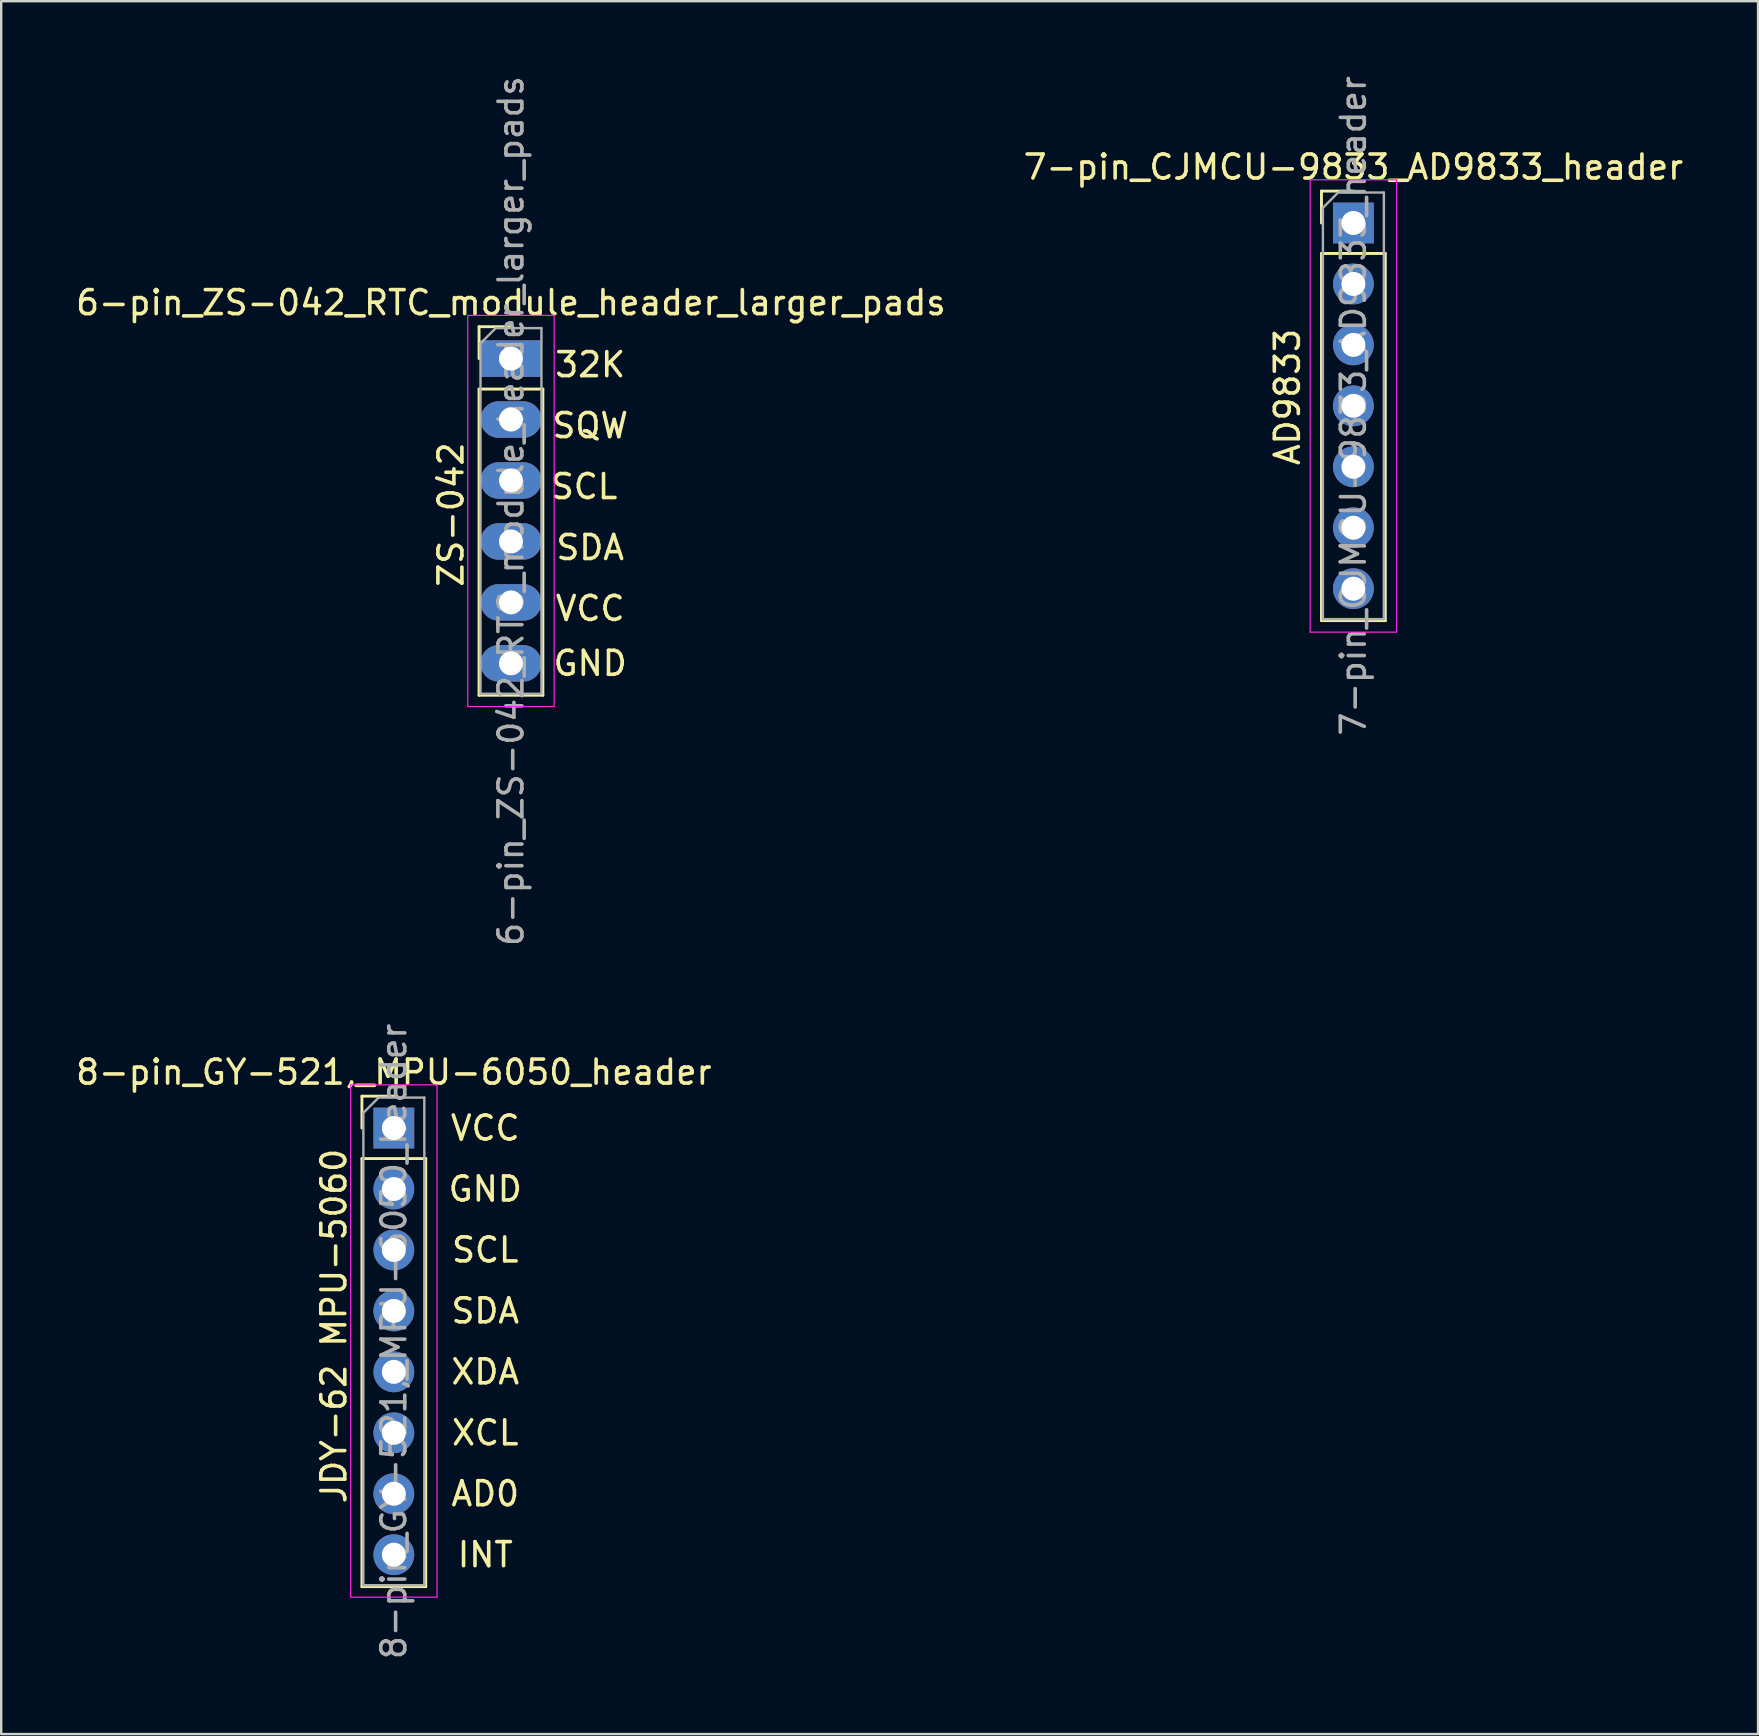
<source format=kicad_pcb>
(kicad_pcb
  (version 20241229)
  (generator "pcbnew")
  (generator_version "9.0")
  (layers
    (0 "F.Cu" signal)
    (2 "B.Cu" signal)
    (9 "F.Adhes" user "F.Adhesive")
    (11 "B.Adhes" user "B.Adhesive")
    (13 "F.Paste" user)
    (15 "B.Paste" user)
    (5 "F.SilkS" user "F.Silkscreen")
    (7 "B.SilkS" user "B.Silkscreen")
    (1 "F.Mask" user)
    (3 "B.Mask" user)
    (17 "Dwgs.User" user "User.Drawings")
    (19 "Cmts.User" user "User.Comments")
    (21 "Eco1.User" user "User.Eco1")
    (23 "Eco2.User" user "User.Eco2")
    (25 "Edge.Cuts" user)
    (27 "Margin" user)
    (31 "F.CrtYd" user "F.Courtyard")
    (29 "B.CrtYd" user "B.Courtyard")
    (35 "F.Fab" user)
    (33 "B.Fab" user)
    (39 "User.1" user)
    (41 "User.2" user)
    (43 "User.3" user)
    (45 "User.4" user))
  (footprint "6-pin_ZS-042_RTC_module_header_larger_pads"
    (layer "F.Cu")
    (at 18.244 11.894)
    (property "Reference" "6-pin_ZS-042_RTC_module_header_larger_pads" (at 0 -2.33 0) (layer "F.SilkS") (effects (font (size 1 1) (thickness 0.15))))
    (attr through_hole)
    (fp_line (start -1.33 -1.33) (end 0 -1.33) (stroke (width 0.12) (type solid)) (layer "F.SilkS"))
    (fp_line (start -1.33 0) (end -1.33 -1.33) (stroke (width 0.12) (type solid)) (layer "F.SilkS"))
    (fp_line (start -1.33 1.27) (end -1.33 14.03) (stroke (width 0.12) (type solid)) (layer "F.SilkS"))
    (fp_line (start -1.33 1.27) (end 1.33 1.27) (stroke (width 0.12) (type solid)) (layer "F.SilkS"))
    (fp_line (start -1.33 14.03) (end 1.33 14.03) (stroke (width 0.12) (type solid)) (layer "F.SilkS"))
    (fp_line (start 1.33 1.27) (end 1.33 14.03) (stroke (width 0.12) (type solid)) (layer "F.SilkS"))
    (fp_line (start -1.8 -1.8) (end -1.8 14.5) (stroke (width 0.05) (type solid)) (layer "F.CrtYd"))
    (fp_line (start -1.8 14.5) (end 1.8 14.5) (stroke (width 0.05) (type solid)) (layer "F.CrtYd"))
    (fp_line (start 1.8 -1.8) (end -1.8 -1.8) (stroke (width 0.05) (type solid)) (layer "F.CrtYd"))
    (fp_line (start 1.8 14.5) (end 1.8 -1.8) (stroke (width 0.05) (type solid)) (layer "F.CrtYd"))
    (fp_line (start -1.27 -0.635) (end -0.635 -1.27) (stroke (width 0.1) (type solid)) (layer "F.Fab"))
    (fp_line (start -1.27 13.97) (end -1.27 -0.635) (stroke (width 0.1) (type solid)) (layer "F.Fab"))
    (fp_line (start -0.635 -1.27) (end 1.27 -1.27) (stroke (width 0.1) (type solid)) (layer "F.Fab"))
    (fp_line (start 1.27 -1.27) (end 1.27 13.97) (stroke (width 0.1) (type solid)) (layer "F.Fab"))
    (fp_line (start 1.27 13.97) (end -1.27 13.97) (stroke (width 0.1) (type solid)) (layer "F.Fab"))
    (fp_text user "ZS-042" (at -2.5 6.5 90) (layer "F.SilkS") (effects (font (size 1 1) (thickness 0.15))))
    (fp_text user "GND" (at 3.302 12.7 0) (layer "F.SilkS") (effects (font (size 1 1) (thickness 0.15))))
    (fp_text user "SCL" (at 3.048 5.334 0) (layer "F.SilkS") (effects (font (size 1 1) (thickness 0.15))))
    (fp_text user "SDA" (at 3.302 7.874 0) (layer "F.SilkS") (effects (font (size 1 1) (thickness 0.15))))
    (fp_text user "VCC" (at 3.302 10.414 0) (layer "F.SilkS") (effects (font (size 1 1) (thickness 0.15))))
    (fp_text user "32K" (at 3.302 0.254 0) (layer "F.SilkS") (effects (font (size 1 1) (thickness 0.15))))
    (fp_text user "SQW" (at 3.302 2.794 0) (layer "F.SilkS") (effects (font (size 1 1) (thickness 0.15))))
    (fp_text user "${REFERENCE}" (at 0 6.35 90) (layer "F.Fab") (effects (font (size 1 1) (thickness 0.15))))
    (pad "1" thru_hole oval (at 0 5.08) (size 2.54 1.524) (drill 1) (layers "*.Cu" "*.Mask"))
    (pad "2" thru_hole oval (at 0 7.62) (size 2.54 1.524) (drill 1) (layers "*.Cu" "*.Mask"))
    (pad "3" thru_hole oval (at 0 10.16) (size 2.54 1.524) (drill 1) (layers "*.Cu" "*.Mask"))
    (pad "4" thru_hole oval (at 0 12.7) (size 2.54 1.524) (drill 1) (layers "*.Cu" "*.Mask"))
    (pad "5" thru_hole rect (at 0 0) (size 2.54 1.524) (drill 1) (layers "*.Cu" "*.Mask"))
    (pad "6" thru_hole oval (at 0 2.54) (size 2.54 1.524) (drill 1) (layers "*.Cu" "*.Mask")))
  (footprint "8-pin_GY-521,_MPU-6050_header"
    (layer "F.Cu")
    (at 13.363 43.961)
    (property "Reference" "8-pin_GY-521,_MPU-6050_header" (at 0 -2.33 0) (layer "F.SilkS") (effects (font (size 1 1) (thickness 0.15))))
    (attr through_hole)
    (fp_line (start -1.33 -1.33) (end 0 -1.33) (stroke (width 0.12) (type solid)) (layer "F.SilkS"))
    (fp_line (start -1.33 0) (end -1.33 -1.33) (stroke (width 0.12) (type solid)) (layer "F.SilkS"))
    (fp_line (start -1.33 1.27) (end -1.33 19.11) (stroke (width 0.12) (type solid)) (layer "F.SilkS"))
    (fp_line (start -1.33 1.27) (end 1.33 1.27) (stroke (width 0.12) (type solid)) (layer "F.SilkS"))
    (fp_line (start -1.33 19.11) (end 1.33 19.11) (stroke (width 0.12) (type solid)) (layer "F.SilkS"))
    (fp_line (start 1.33 1.27) (end 1.33 19.11) (stroke (width 0.12) (type solid)) (layer "F.SilkS"))
    (fp_line (start -1.8 -1.8) (end -1.8 19.55) (stroke (width 0.05) (type solid)) (layer "F.CrtYd"))
    (fp_line (start -1.8 19.55) (end 1.8 19.55) (stroke (width 0.05) (type solid)) (layer "F.CrtYd"))
    (fp_line (start 1.8 -1.8) (end -1.8 -1.8) (stroke (width 0.05) (type solid)) (layer "F.CrtYd"))
    (fp_line (start 1.8 19.55) (end 1.8 -1.8) (stroke (width 0.05) (type solid)) (layer "F.CrtYd"))
    (fp_line (start -1.27 -0.635) (end -0.635 -1.27) (stroke (width 0.1) (type solid)) (layer "F.Fab"))
    (fp_line (start -1.27 19.05) (end -1.27 -0.635) (stroke (width 0.1) (type solid)) (layer "F.Fab"))
    (fp_line (start -0.635 -1.27) (end 1.27 -1.27) (stroke (width 0.1) (type solid)) (layer "F.Fab"))
    (fp_line (start 1.27 -1.27) (end 1.27 19.05) (stroke (width 0.1) (type solid)) (layer "F.Fab"))
    (fp_line (start 1.27 19.05) (end -1.27 19.05) (stroke (width 0.1) (type solid)) (layer "F.Fab"))
    (fp_text user "VCC" (at 3.81 0 0) (layer "F.SilkS") (effects (font (size 1 1) (thickness 0.15))))
    (fp_text user "AD0" (at 3.81 15.24 0) (layer "F.SilkS") (effects (font (size 1 1) (thickness 0.15))))
    (fp_text user "XCL" (at 3.81 12.7 0) (layer "F.SilkS") (effects (font (size 1 1) (thickness 0.15))))
    (fp_text user "SDA" (at 3.81 7.62 0) (layer "F.SilkS") (effects (font (size 1 1) (thickness 0.15))))
    (fp_text user "INT" (at 3.81 17.78 0) (layer "F.SilkS") (effects (font (size 1 1) (thickness 0.15))))
    (fp_text user "SCL" (at 3.81 5.08 0) (layer "F.SilkS") (effects (font (size 1 1) (thickness 0.15))))
    (fp_text user "GND" (at 3.81 2.54 0) (layer "F.SilkS") (effects (font (size 1 1) (thickness 0.15))))
    (fp_text user "XDA" (at 3.81 10.16 0) (layer "F.SilkS") (effects (font (size 1 1) (thickness 0.15))))
    (fp_text user "JDY-62 MPU-5060" (at -2.5 8.25 90) (layer "F.SilkS") (effects (font (size 1 1) (thickness 0.15))))
    (fp_text user "${REFERENCE}" (at 0 8.89 90) (layer "F.Fab") (effects (font (size 1 1) (thickness 0.15))))
    (pad "1" thru_hole rect (at 0 0) (size 1.7 1.7) (drill 1) (layers "*.Cu" "*.Mask"))
    (pad "2" thru_hole oval (at 0 2.54) (size 1.7 1.7) (drill 1) (layers "*.Cu" "*.Mask"))
    (pad "3" thru_hole oval (at 0 5.08) (size 1.7 1.7) (drill 1) (layers "*.Cu" "*.Mask"))
    (pad "4" thru_hole oval (at 0 7.62) (size 1.7 1.7) (drill 1) (layers "*.Cu" "*.Mask"))
    (pad "5" thru_hole oval (at 0 10.16) (size 1.7 1.7) (drill 1) (layers "*.Cu" "*.Mask"))
    (pad "6" thru_hole oval (at 0 12.7) (size 1.7 1.7) (drill 1) (layers "*.Cu" "*.Mask"))
    (pad "7" thru_hole oval (at 0 15.24) (size 1.7 1.7) (drill 1) (layers "*.Cu" "*.Mask"))
    (pad "8" thru_hole oval (at 0 17.78) (size 1.7 1.7) (drill 1) (layers "*.Cu" "*.Mask")))
  (footprint "7-pin_CJMCU-9833_AD9833_header"
    (layer "F.Cu")
    (at 53.351 6.243)
    (property "Reference" "7-pin_CJMCU-9833_AD9833_header" (at 0 -2.33 0) (layer "F.SilkS") (effects (font (size 1 1) (thickness 0.15))))
    (attr through_hole)
    (fp_line (start -1.33 -1.33) (end 0 -1.33) (stroke (width 0.12) (type solid)) (layer "F.SilkS"))
    (fp_line (start -1.33 0) (end -1.33 -1.33) (stroke (width 0.12) (type solid)) (layer "F.SilkS"))
    (fp_line (start -1.33 1.27) (end -1.33 16.57) (stroke (width 0.12) (type solid)) (layer "F.SilkS"))
    (fp_line (start -1.33 1.27) (end 1.33 1.27) (stroke (width 0.12) (type solid)) (layer "F.SilkS"))
    (fp_line (start -1.33 16.57) (end 1.33 16.57) (stroke (width 0.12) (type solid)) (layer "F.SilkS"))
    (fp_line (start 1.33 1.27) (end 1.33 16.57) (stroke (width 0.12) (type solid)) (layer "F.SilkS"))
    (fp_line (start -1.8 -1.8) (end -1.8 17.05) (stroke (width 0.05) (type solid)) (layer "F.CrtYd"))
    (fp_line (start -1.8 17.05) (end 1.8 17.05) (stroke (width 0.05) (type solid)) (layer "F.CrtYd"))
    (fp_line (start 1.8 -1.8) (end -1.8 -1.8) (stroke (width 0.05) (type solid)) (layer "F.CrtYd"))
    (fp_line (start 1.8 17.05) (end 1.8 -1.8) (stroke (width 0.05) (type solid)) (layer "F.CrtYd"))
    (fp_line (start -1.27 -0.635) (end -0.635 -1.27) (stroke (width 0.1) (type solid)) (layer "F.Fab"))
    (fp_line (start -1.27 16.51) (end -1.27 -0.635) (stroke (width 0.1) (type solid)) (layer "F.Fab"))
    (fp_line (start -0.635 -1.27) (end 1.27 -1.27) (stroke (width 0.1) (type solid)) (layer "F.Fab"))
    (fp_line (start 1.27 -1.27) (end 1.27 16.51) (stroke (width 0.1) (type solid)) (layer "F.Fab"))
    (fp_line (start 1.27 16.51) (end -1.27 16.51) (stroke (width 0.1) (type solid)) (layer "F.Fab"))
    (fp_text user "AD9833" (at -2.75 7.25 90) (layer "F.SilkS") (effects (font (size 1 1) (thickness 0.15))))
    (fp_text user "${REFERENCE}" (at 0 7.62 90) (layer "F.Fab") (effects (font (size 1 1) (thickness 0.15))))
    (pad "1" thru_hole rect (at 0 0) (size 1.7 1.7) (drill 1) (layers "*.Cu" "*.Mask"))
    (pad "2" thru_hole oval (at 0 2.54) (size 1.7 1.7) (drill 1) (layers "*.Cu" "*.Mask"))
    (pad "3" thru_hole oval (at 0 5.08) (size 1.7 1.7) (drill 1) (layers "*.Cu" "*.Mask"))
    (pad "4" thru_hole oval (at 0 7.62) (size 1.7 1.7) (drill 1) (layers "*.Cu" "*.Mask"))
    (pad "5" thru_hole oval (at 0 10.16) (size 1.7 1.7) (drill 1) (layers "*.Cu" "*.Mask"))
    (pad "6" thru_hole oval (at 0 12.7) (size 1.7 1.7) (drill 1) (layers "*.Cu" "*.Mask"))
    (pad "7" thru_hole oval (at 0 15.24) (size 1.7 1.7) (drill 1) (layers "*.Cu" "*.Mask")))
  (gr_rect
    (start -3 -3)
    (end 70.214 69.214)
    (stroke (width 0.1) (type default))
    (fill no)
    (layer "Edge.Cuts")))
</source>
